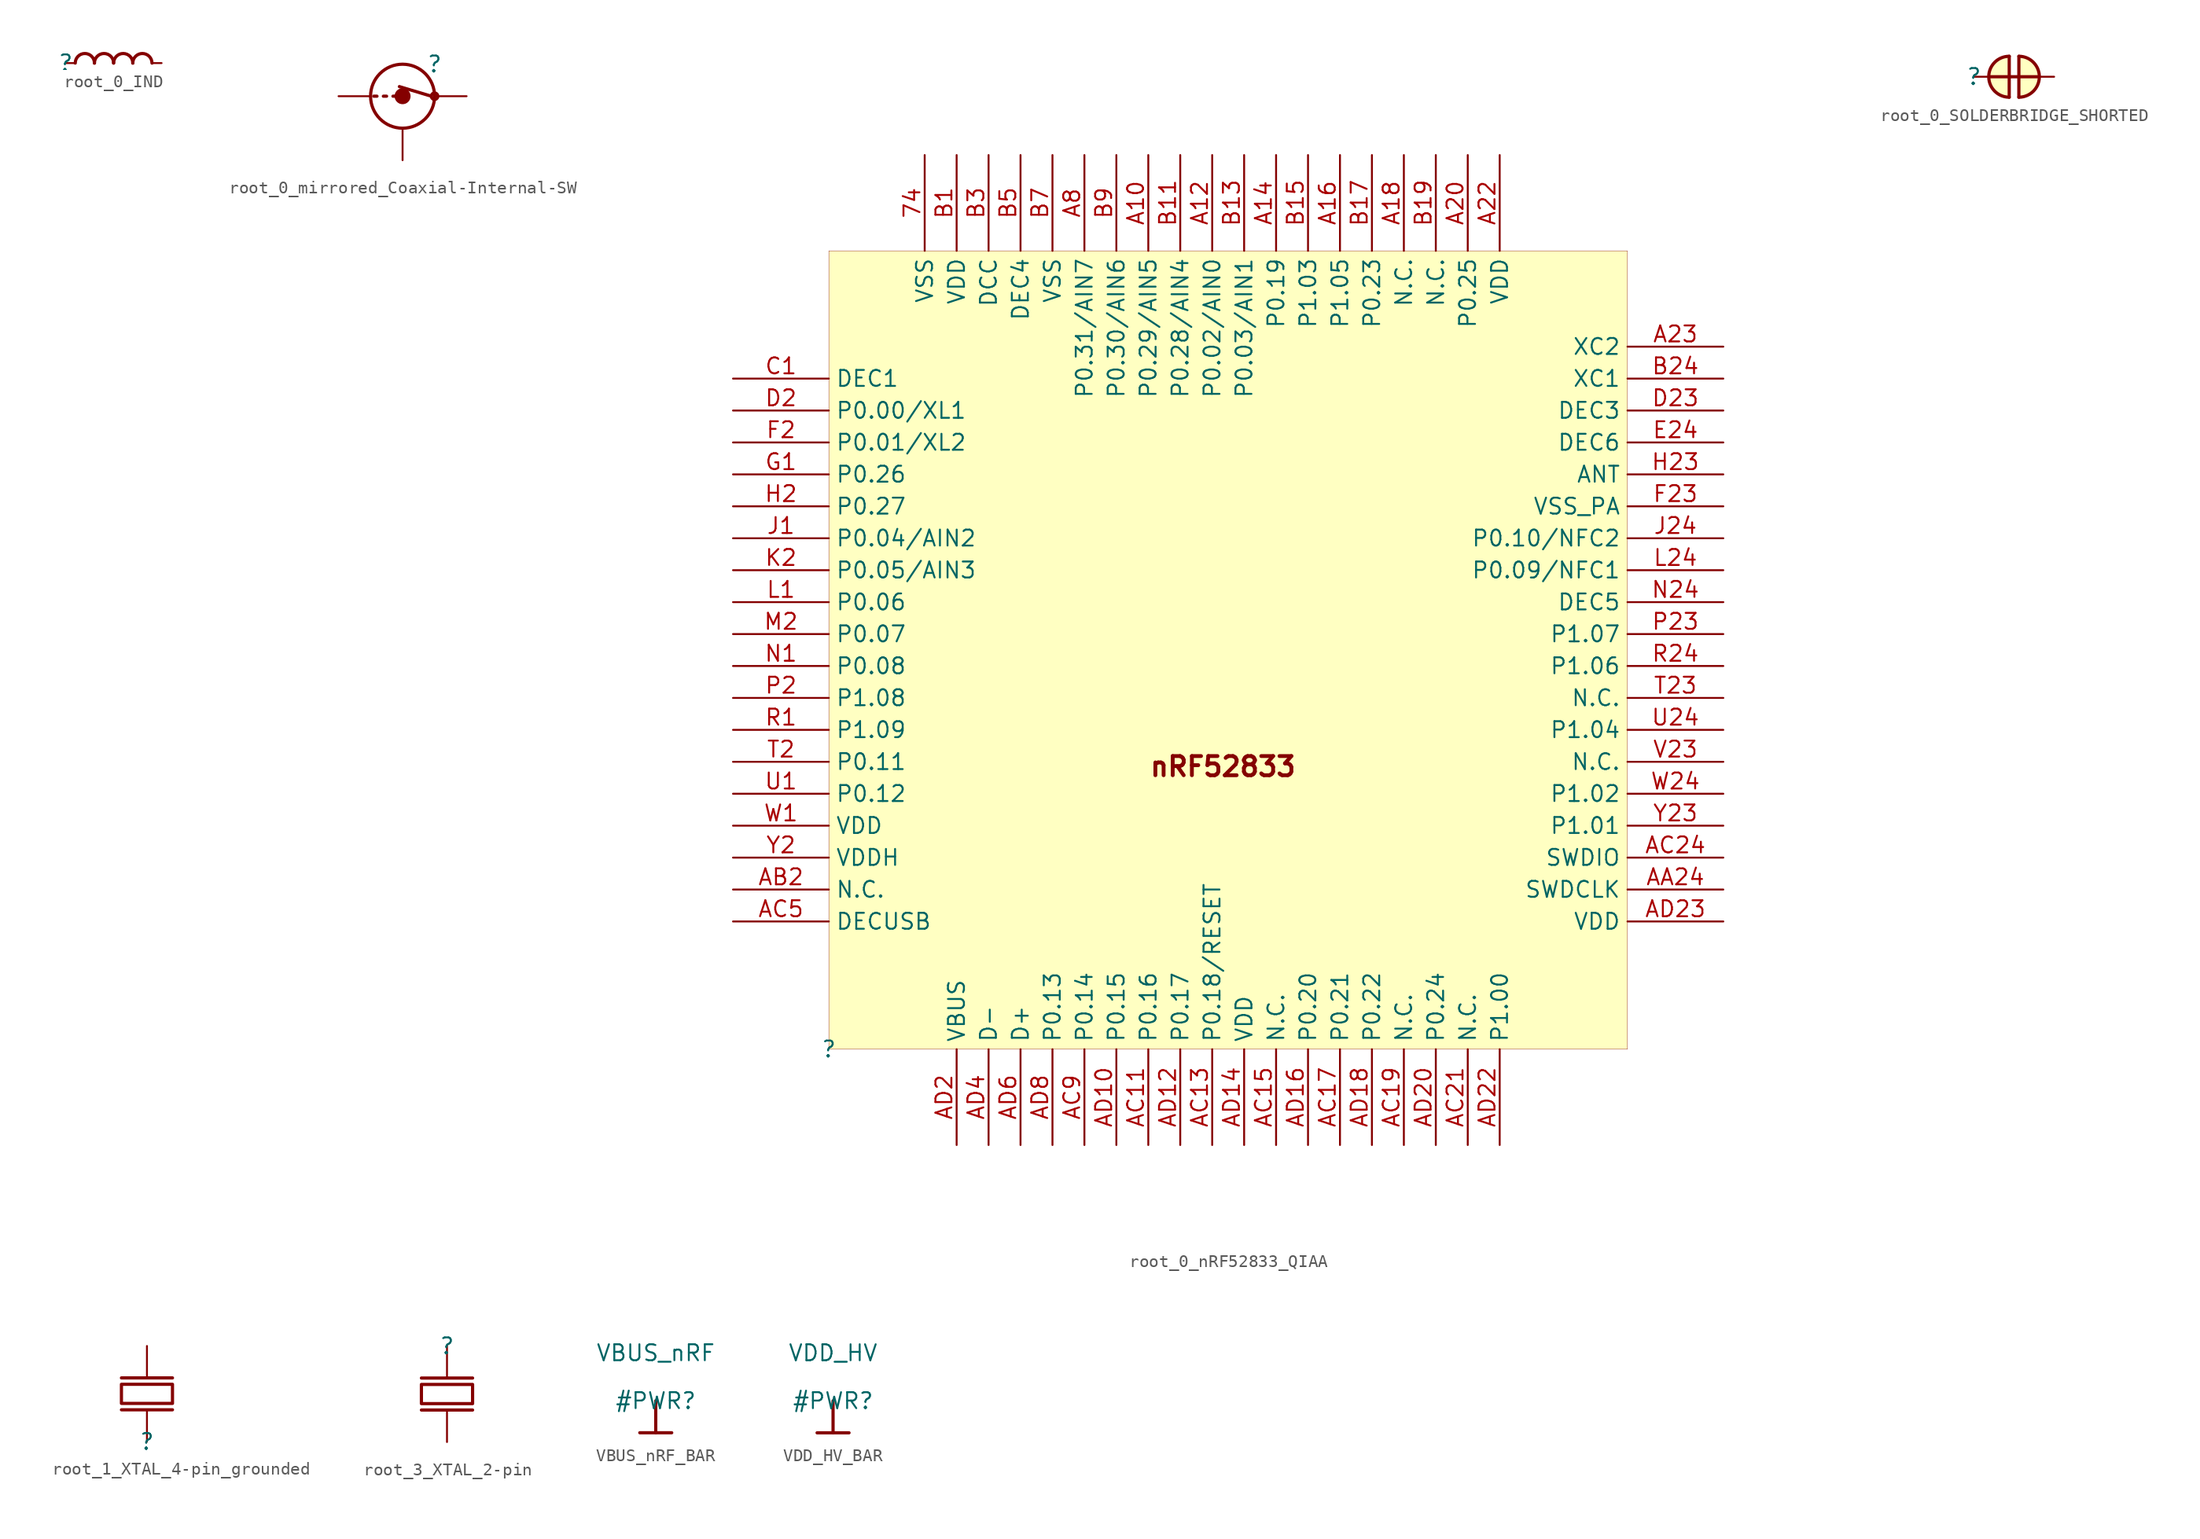
<source format=kicad_sym>
(kicad_symbol_lib
  (version 20231120)
  (generator "kicad_symbol_editor")
  (generator_version "8.0")
  (symbol "root_0_IND"
    (property "Reference" ""
      (at 0 0 0)
      (effects (font (size 1.27 1.27))))
    (property "Value" ""
      (at 0 0 0)
      (effects (font (size 1.27 1.27))))
    (symbol "root_0_IND_1_0"
      (arc (start 2.286 0) (mid 1.524 0.762) (end 0.762 0) (stroke (width 0.254) (type solid)) (fill (type none)))
      (arc (start 3.81 0) (mid 3.048 0.762) (end 2.286 0) (stroke (width 0.254) (type solid)) (fill (type none)))
      (arc (start 5.334 0) (mid 4.572 0.762) (end 3.81 0) (stroke (width 0.254) (type solid)) (fill (type none)))
      (arc (start 6.858 0) (mid 6.096 0.762) (end 5.334 0) (stroke (width 0.254) (type solid)) (fill (type none)))
      (pin passive line (at 0 0 0) (length 0.762) (name "1" (effects (font (size 0 0)))) (number "1" (effects (font (size 0 0)))))
      (pin passive line (at 7.62 0 180) (length 0.762) (name "2" (effects (font (size 0 0)))) (number "2" (effects (font (size 0 0)))))))
  (symbol "root_0_mirrored_Coaxial-Internal-SW"
    (property "Reference" ""
      (at 0 0 0)
      (effects (font (size 1.27 1.27))))
    (property "Value" ""
      (at 0 0 0)
      (effects (font (size 1.27 1.27))))
    (symbol "root_0_mirrored_Coaxial-Internal-SW_1_0"
      (circle (center -2.54 -2.54) (radius 0.508) (stroke (width 0.254) (type solid)) (fill (type outline)))
      (circle (center -2.54 -2.54) (radius 2.54) (stroke (width 0.254) (type solid)) (fill (type none)))
      (circle (center 0 -2.54) (radius 0.254) (stroke (width 0.254) (type solid)) (fill (type none)))
      (polyline (pts (xy -4.826 -2.54) (xy -4.572 -2.54)) (stroke (width 0.254) (type solid)) (fill (type none)))
      (polyline (pts (xy -3.81 -2.54) (xy -4.064 -2.54)) (stroke (width 0.254) (type solid)) (fill (type none)))
      (polyline (pts (xy -3.048 -2.54) (xy -3.302 -2.54)) (stroke (width 0.254) (type solid)) (fill (type none)))
      (polyline (pts (xy -0.254 -2.54) (xy -2.794 -1.778)) (stroke (width 0.254) (type solid)) (fill (type none)))
      (pin passive line (at -7.62 -2.54 0) (length 2.54) (name "IN" (effects (font (size 0 0)))) (number "1" (effects (font (size 0 0)))))
      (pin passive line (at -2.54 -7.62 90) (length 2.54) (name "Shield" (effects (font (size 0 0)))) (number "2" (effects (font (size 0 0)))))
      (pin passive line (at 2.54 -2.54 180) (length 2.54) (name "OUT" (effects (font (size 0 0)))) (number "3" (effects (font (size 0 0)))))))
  (symbol "root_0_nRF52833_QIAA"
    (property "Reference" ""
      (at 0 0 0)
      (effects (font (size 1.27 1.27))))
    (property "Value" ""
      (at 0 0 0)
      (effects (font (size 1.27 1.27))))
    (symbol "root_0_nRF52833_QIAA_1_0"
      (rectangle (start 63.5 63.5) (end 0 0) (stroke (width 0.025) (type solid) (color 128 0 0 1)) (fill (type background)))
      (text "nRF52833" (at 25.4 21.59 0) (effects (font (size 1.524 1.524) (bold yes)) (justify left bottom)))
      (pin power_in line (at 7.62 71.12 270) (length 7.62) (name "VSS" (effects (font (size 1.27 1.27)))) (number "74" (effects (font (size 1.27 1.27)))))
      (pin bidirectional line (at 25.4 71.12 270) (length 7.62) (name "P0.29/AIN5" (effects (font (size 1.27 1.27)))) (number "A10" (effects (font (size 1.27 1.27)))))
      (pin bidirectional line (at 30.48 71.12 270) (length 7.62) (name "P0.02/AIN0" (effects (font (size 1.27 1.27)))) (number "A12" (effects (font (size 1.27 1.27)))))
      (pin bidirectional line (at 35.56 71.12 270) (length 7.62) (name "P0.19" (effects (font (size 1.27 1.27)))) (number "A14" (effects (font (size 1.27 1.27)))))
      (pin bidirectional line (at 40.64 71.12 270) (length 7.62) (name "P1.05" (effects (font (size 1.27 1.27)))) (number "A16" (effects (font (size 1.27 1.27)))))
      (pin passive line (at 45.72 71.12 270) (length 7.62) (name "N.C." (effects (font (size 1.27 1.27)))) (number "A18" (effects (font (size 1.27 1.27)))))
      (pin bidirectional line (at 50.8 71.12 270) (length 7.62) (name "P0.25" (effects (font (size 1.27 1.27)))) (number "A20" (effects (font (size 1.27 1.27)))))
      (pin power_in line (at 53.34 71.12 270) (length 7.62) (name "VDD" (effects (font (size 1.27 1.27)))) (number "A22" (effects (font (size 1.27 1.27)))))
      (pin output line (at 71.12 55.88 180) (length 7.62) (name "XC2" (effects (font (size 1.27 1.27)))) (number "A23" (effects (font (size 1.27 1.27)))))
      (pin bidirectional line (at 20.32 71.12 270) (length 7.62) (name "P0.31/AIN7" (effects (font (size 1.27 1.27)))) (number "A8" (effects (font (size 1.27 1.27)))))
      (pin input line (at 71.12 12.7 180) (length 7.62) (name "SWDCLK" (effects (font (size 1.27 1.27)))) (number "AA24" (effects (font (size 1.27 1.27)))))
      (pin passive line (at -7.62 12.7 0) (length 7.62) (name "N.C." (effects (font (size 1.27 1.27)))) (number "AB2" (effects (font (size 1.27 1.27)))))
      (pin bidirectional line (at 25.4 -7.62 90) (length 7.62) (name "P0.16" (effects (font (size 1.27 1.27)))) (number "AC11" (effects (font (size 1.27 1.27)))))
      (pin bidirectional line (at 30.48 -7.62 90) (length 7.62) (name "P0.18/RESET" (effects (font (size 1.27 1.27)))) (number "AC13" (effects (font (size 1.27 1.27)))))
      (pin passive line (at 35.56 -7.62 90) (length 7.62) (name "N.C." (effects (font (size 1.27 1.27)))) (number "AC15" (effects (font (size 1.27 1.27)))))
      (pin bidirectional line (at 40.64 -7.62 90) (length 7.62) (name "P0.21" (effects (font (size 1.27 1.27)))) (number "AC17" (effects (font (size 1.27 1.27)))))
      (pin passive line (at 45.72 -7.62 90) (length 7.62) (name "N.C." (effects (font (size 1.27 1.27)))) (number "AC19" (effects (font (size 1.27 1.27)))))
      (pin passive line (at 50.8 -7.62 90) (length 7.62) (name "N.C." (effects (font (size 1.27 1.27)))) (number "AC21" (effects (font (size 1.27 1.27)))))
      (pin bidirectional line (at 71.12 15.24 180) (length 7.62) (name "SWDIO" (effects (font (size 1.27 1.27)))) (number "AC24" (effects (font (size 1.27 1.27)))))
      (pin power_in line (at -7.62 10.16 0) (length 7.62) (name "DECUSB" (effects (font (size 1.27 1.27)))) (number "AC5" (effects (font (size 1.27 1.27)))))
      (pin bidirectional line (at 20.32 -7.62 90) (length 7.62) (name "P0.14" (effects (font (size 1.27 1.27)))) (number "AC9" (effects (font (size 1.27 1.27)))))
      (pin bidirectional line (at 22.86 -7.62 90) (length 7.62) (name "P0.15" (effects (font (size 1.27 1.27)))) (number "AD10" (effects (font (size 1.27 1.27)))))
      (pin bidirectional line (at 27.94 -7.62 90) (length 7.62) (name "P0.17" (effects (font (size 1.27 1.27)))) (number "AD12" (effects (font (size 1.27 1.27)))))
      (pin power_in line (at 33.02 -7.62 90) (length 7.62) (name "VDD" (effects (font (size 1.27 1.27)))) (number "AD14" (effects (font (size 1.27 1.27)))))
      (pin bidirectional line (at 38.1 -7.62 90) (length 7.62) (name "P0.20" (effects (font (size 1.27 1.27)))) (number "AD16" (effects (font (size 1.27 1.27)))))
      (pin bidirectional line (at 43.18 -7.62 90) (length 7.62) (name "P0.22" (effects (font (size 1.27 1.27)))) (number "AD18" (effects (font (size 1.27 1.27)))))
      (pin power_in line (at 10.16 -7.62 90) (length 7.62) (name "VBUS" (effects (font (size 1.27 1.27)))) (number "AD2" (effects (font (size 1.27 1.27)))))
      (pin bidirectional line (at 48.26 -7.62 90) (length 7.62) (name "P0.24" (effects (font (size 1.27 1.27)))) (number "AD20" (effects (font (size 1.27 1.27)))))
      (pin bidirectional line (at 53.34 -7.62 90) (length 7.62) (name "P1.00" (effects (font (size 1.27 1.27)))) (number "AD22" (effects (font (size 1.27 1.27)))))
      (pin power_in line (at 71.12 10.16 180) (length 7.62) (name "VDD" (effects (font (size 1.27 1.27)))) (number "AD23" (effects (font (size 1.27 1.27)))))
      (pin bidirectional line (at 12.7 -7.62 90) (length 7.62) (name "D-" (effects (font (size 1.27 1.27)))) (number "AD4" (effects (font (size 1.27 1.27)))))
      (pin bidirectional line (at 15.24 -7.62 90) (length 7.62) (name "D+" (effects (font (size 1.27 1.27)))) (number "AD6" (effects (font (size 1.27 1.27)))))
      (pin bidirectional line (at 17.78 -7.62 90) (length 7.62) (name "P0.13" (effects (font (size 1.27 1.27)))) (number "AD8" (effects (font (size 1.27 1.27)))))
      (pin power_in line (at 10.16 71.12 270) (length 7.62) (name "VDD" (effects (font (size 1.27 1.27)))) (number "B1" (effects (font (size 1.27 1.27)))))
      (pin bidirectional line (at 27.94 71.12 270) (length 7.62) (name "P0.28/AIN4" (effects (font (size 1.27 1.27)))) (number "B11" (effects (font (size 1.27 1.27)))))
      (pin bidirectional line (at 33.02 71.12 270) (length 7.62) (name "P0.03/AIN1" (effects (font (size 1.27 1.27)))) (number "B13" (effects (font (size 1.27 1.27)))))
      (pin bidirectional line (at 38.1 71.12 270) (length 7.62) (name "P1.03" (effects (font (size 1.27 1.27)))) (number "B15" (effects (font (size 1.27 1.27)))))
      (pin bidirectional line (at 43.18 71.12 270) (length 7.62) (name "P0.23" (effects (font (size 1.27 1.27)))) (number "B17" (effects (font (size 1.27 1.27)))))
      (pin passive line (at 48.26 71.12 270) (length 7.62) (name "N.C." (effects (font (size 1.27 1.27)))) (number "B19" (effects (font (size 1.27 1.27)))))
      (pin input line (at 71.12 53.34 180) (length 7.62) (name "XC1" (effects (font (size 1.27 1.27)))) (number "B24" (effects (font (size 1.27 1.27)))))
      (pin output line (at 12.7 71.12 270) (length 7.62) (name "DCC" (effects (font (size 1.27 1.27)))) (number "B3" (effects (font (size 1.27 1.27)))))
      (pin power_in line (at 15.24 71.12 270) (length 7.62) (name "DEC4" (effects (font (size 1.27 1.27)))) (number "B5" (effects (font (size 1.27 1.27)))))
      (pin power_in line (at 17.78 71.12 270) (length 7.62) (name "VSS" (effects (font (size 1.27 1.27)))) (number "B7" (effects (font (size 1.27 1.27)))))
      (pin bidirectional line (at 22.86 71.12 270) (length 7.62) (name "P0.30/AIN6" (effects (font (size 1.27 1.27)))) (number "B9" (effects (font (size 1.27 1.27)))))
      (pin power_in line (at -7.62 53.34 0) (length 7.62) (name "DEC1" (effects (font (size 1.27 1.27)))) (number "C1" (effects (font (size 1.27 1.27)))))
      (pin bidirectional line (at -7.62 50.8 0) (length 7.62) (name "P0.00/XL1" (effects (font (size 1.27 1.27)))) (number "D2" (effects (font (size 1.27 1.27)))))
      (pin power_in line (at 71.12 50.8 180) (length 7.62) (name "DEC3" (effects (font (size 1.27 1.27)))) (number "D23" (effects (font (size 1.27 1.27)))))
      (pin power_in line (at 71.12 48.26 180) (length 7.62) (name "DEC6" (effects (font (size 1.27 1.27)))) (number "E24" (effects (font (size 1.27 1.27)))))
      (pin bidirectional line (at -7.62 48.26 0) (length 7.62) (name "P0.01/XL2" (effects (font (size 1.27 1.27)))) (number "F2" (effects (font (size 1.27 1.27)))))
      (pin power_in line (at 71.12 43.18 180) (length 7.62) (name "VSS_PA" (effects (font (size 1.27 1.27)))) (number "F23" (effects (font (size 1.27 1.27)))))
      (pin bidirectional line (at -7.62 45.72 0) (length 7.62) (name "P0.26" (effects (font (size 1.27 1.27)))) (number "G1" (effects (font (size 1.27 1.27)))))
      (pin bidirectional line (at -7.62 43.18 0) (length 7.62) (name "P0.27" (effects (font (size 1.27 1.27)))) (number "H2" (effects (font (size 1.27 1.27)))))
      (pin bidirectional line (at 71.12 45.72 180) (length 7.62) (name "ANT" (effects (font (size 1.27 1.27)))) (number "H23" (effects (font (size 1.27 1.27)))))
      (pin bidirectional line (at -7.62 40.64 0) (length 7.62) (name "P0.04/AIN2" (effects (font (size 1.27 1.27)))) (number "J1" (effects (font (size 1.27 1.27)))))
      (pin bidirectional line (at 71.12 40.64 180) (length 7.62) (name "P0.10/NFC2" (effects (font (size 1.27 1.27)))) (number "J24" (effects (font (size 1.27 1.27)))))
      (pin bidirectional line (at -7.62 38.1 0) (length 7.62) (name "P0.05/AIN3" (effects (font (size 1.27 1.27)))) (number "K2" (effects (font (size 1.27 1.27)))))
      (pin bidirectional line (at -7.62 35.56 0) (length 7.62) (name "P0.06" (effects (font (size 1.27 1.27)))) (number "L1" (effects (font (size 1.27 1.27)))))
      (pin bidirectional line (at 71.12 38.1 180) (length 7.62) (name "P0.09/NFC1" (effects (font (size 1.27 1.27)))) (number "L24" (effects (font (size 1.27 1.27)))))
      (pin bidirectional line (at -7.62 33.02 0) (length 7.62) (name "P0.07" (effects (font (size 1.27 1.27)))) (number "M2" (effects (font (size 1.27 1.27)))))
      (pin bidirectional line (at -7.62 30.48 0) (length 7.62) (name "P0.08" (effects (font (size 1.27 1.27)))) (number "N1" (effects (font (size 1.27 1.27)))))
      (pin power_in line (at 71.12 35.56 180) (length 7.62) (name "DEC5" (effects (font (size 1.27 1.27)))) (number "N24" (effects (font (size 1.27 1.27)))))
      (pin bidirectional line (at -7.62 27.94 0) (length 7.62) (name "P1.08" (effects (font (size 1.27 1.27)))) (number "P2" (effects (font (size 1.27 1.27)))))
      (pin bidirectional line (at 71.12 33.02 180) (length 7.62) (name "P1.07" (effects (font (size 1.27 1.27)))) (number "P23" (effects (font (size 1.27 1.27)))))
      (pin bidirectional line (at -7.62 25.4 0) (length 7.62) (name "P1.09" (effects (font (size 1.27 1.27)))) (number "R1" (effects (font (size 1.27 1.27)))))
      (pin bidirectional line (at 71.12 30.48 180) (length 7.62) (name "P1.06" (effects (font (size 1.27 1.27)))) (number "R24" (effects (font (size 1.27 1.27)))))
      (pin bidirectional line (at -7.62 22.86 0) (length 7.62) (name "P0.11" (effects (font (size 1.27 1.27)))) (number "T2" (effects (font (size 1.27 1.27)))))
      (pin passive line (at 71.12 27.94 180) (length 7.62) (name "N.C." (effects (font (size 1.27 1.27)))) (number "T23" (effects (font (size 1.27 1.27)))))
      (pin bidirectional line (at -7.62 20.32 0) (length 7.62) (name "P0.12" (effects (font (size 1.27 1.27)))) (number "U1" (effects (font (size 1.27 1.27)))))
      (pin bidirectional line (at 71.12 25.4 180) (length 7.62) (name "P1.04" (effects (font (size 1.27 1.27)))) (number "U24" (effects (font (size 1.27 1.27)))))
      (pin passive line (at 71.12 22.86 180) (length 7.62) (name "N.C." (effects (font (size 1.27 1.27)))) (number "V23" (effects (font (size 1.27 1.27)))))
      (pin power_in line (at -7.62 17.78 0) (length 7.62) (name "VDD" (effects (font (size 1.27 1.27)))) (number "W1" (effects (font (size 1.27 1.27)))))
      (pin bidirectional line (at 71.12 20.32 180) (length 7.62) (name "P1.02" (effects (font (size 1.27 1.27)))) (number "W24" (effects (font (size 1.27 1.27)))))
      (pin power_in line (at -7.62 15.24 0) (length 7.62) (name "VDDH" (effects (font (size 1.27 1.27)))) (number "Y2" (effects (font (size 1.27 1.27)))))
      (pin bidirectional line (at 71.12 17.78 180) (length 7.62) (name "P1.01" (effects (font (size 1.27 1.27)))) (number "Y23" (effects (font (size 1.27 1.27)))))))
  (symbol "root_0_SOLDERBRIDGE_SHORTED"
    (property "Reference" ""
      (at 0 0 0)
      (effects (font (size 1.27 1.27))))
    (property "Value" ""
      (at 0 0 0)
      (effects (font (size 1.27 1.27))))
    (symbol "root_0_SOLDERBRIDGE_SHORTED_1_0"
      (polyline (pts (xy 1.27 0) (xy 5.08 0)) (stroke (width 0.254) (type solid)) (fill (type none)))
      (polyline (pts (xy 2.792 -1.622) (xy 2.794 0) (xy 2.794 1.622)) (stroke (width 0.254) (type solid)) (fill (type none)))
      (polyline (pts (xy 3.558 1.622) (xy 3.556 0) (xy 3.556 -1.622)) (stroke (width 0.254) (type solid)) (fill (type none)))
      (arc (start 2.794 1.622) (mid 1.172 0.0011) (end 2.7917 -1.622) (stroke (width 0.254) (type solid)) (fill (type background)))
      (arc (start 3.556 -1.622) (mid 5.178 -0.0011) (end 3.5583 1.622) (stroke (width 0.254) (type solid)) (fill (type background)))
      (pin passive line (at 6.35 0 180) (length 1.27) (name "0" (effects (font (size 0 0)))) (number "1" (effects (font (size 0 0)))))
      (pin passive line (at 0 0 0) (length 1.27) (name "1" (effects (font (size 0 0)))) (number "2" (effects (font (size 0 0)))))))
  (symbol "root_1_XTAL_4-pin_grounded"
    (property "Reference" ""
      (at 0 0 0)
      (effects (font (size 1.27 1.27))))
    (property "Value" ""
      (at 0 0 0)
      (effects (font (size 1.27 1.27))))
    (symbol "root_1_XTAL_4-pin_grounded_1_0"
      (polyline (pts (xy -2.032 2.54) (xy 2.032 2.54)) (stroke (width 0.254) (type solid)) (fill (type none)))
      (polyline (pts (xy -2.032 5.08) (xy 2.032 5.08)) (stroke (width 0.254) (type solid)) (fill (type none)))
      (polyline (pts (xy 2.032 4.572) (xy -2.032 4.572) (xy -2.032 3.048) (xy 2.032 3.048) (xy 2.032 4.572)) (stroke (width 0.254) (type solid)) (fill (type none)))
      (pin passive line (at 0 0 90) (length 2.54) (name "inp" (effects (font (size 0 0)))) (number "1" (effects (font (size 0 0)))))
      (pin passive line (at 7.112 5.08 180) (length 2.54) hide (name "GND" (effects (font (size 0 0)))) (number "2" (effects (font (size 0 0)))))
      (pin passive line (at 0 7.62 270) (length 2.54) (name "out" (effects (font (size 0 0)))) (number "3" (effects (font (size 0 0)))))
      (pin passive line (at 7.112 7.366 180) (length 2.54) hide (name "GND" (effects (font (size 0 0)))) (number "4" (effects (font (size 0 0)))))))
  (symbol "root_3_XTAL_2-pin"
    (property "Reference" ""
      (at 0 0 0)
      (effects (font (size 1.27 1.27))))
    (property "Value" ""
      (at 0 0 0)
      (effects (font (size 1.27 1.27))))
    (symbol "root_3_XTAL_2-pin_1_0"
      (polyline (pts (xy 2.032 -5.08) (xy -2.032 -5.08)) (stroke (width 0.254) (type solid)) (fill (type none)))
      (polyline (pts (xy 2.032 -2.54) (xy -2.032 -2.54)) (stroke (width 0.254) (type solid)) (fill (type none)))
      (polyline (pts (xy -2.032 -4.572) (xy 2.032 -4.572) (xy 2.032 -3.048) (xy -2.032 -3.048) (xy -2.032 -4.572)) (stroke (width 0.254) (type solid)) (fill (type none)))
      (pin passive line (at 0 0 270) (length 2.54) (name "inp" (effects (font (size 0 0)))) (number "1" (effects (font (size 0 0)))))
      (pin passive line (at 0 -7.62 90) (length 2.54) (name "out" (effects (font (size 0 0)))) (number "2" (effects (font (size 0 0)))))))
  (symbol "VBUS_nRF_BAR"
    (power)
    (property "Reference" "#PWR"
      (at 0 0 0)
      (effects (font (size 1.27 1.27))))
    (property "Value" "VBUS_nRF"
      (at 0 3.81 0)
      (effects (font (size 1.27 1.27))))
    (symbol "VBUS_nRF_BAR_0_0"
      (polyline (pts (xy -1.27 -2.54) (xy 1.27 -2.54)) (stroke (width 0.254) (type solid)) (fill (type none)))
      (polyline (pts (xy 0 0) (xy 0 -2.54)) (stroke (width 0.254) (type solid)) (fill (type none)))
      (pin power_in line (at 0 0 0) (length 0) hide (name "VBUS_nRF" (effects (font (size 1.27 1.27)))) (number "" (effects (font (size 1.27 1.27)))))))
  (symbol "VDD_HV_BAR"
    (power)
    (property "Reference" "#PWR"
      (at 0 0 0)
      (effects (font (size 1.27 1.27))))
    (property "Value" "VDD_HV"
      (at 0 3.81 0)
      (effects (font (size 1.27 1.27))))
    (symbol "VDD_HV_BAR_0_0"
      (polyline (pts (xy -1.27 -2.54) (xy 1.27 -2.54)) (stroke (width 0.254) (type solid)) (fill (type none)))
      (polyline (pts (xy 0 0) (xy 0 -2.54)) (stroke (width 0.254) (type solid)) (fill (type none)))
      (pin power_in line (at 0 0 0) (length 0) hide (name "VDD_HV" (effects (font (size 1.27 1.27)))) (number "" (effects (font (size 1.27 1.27))))))))
</source>
